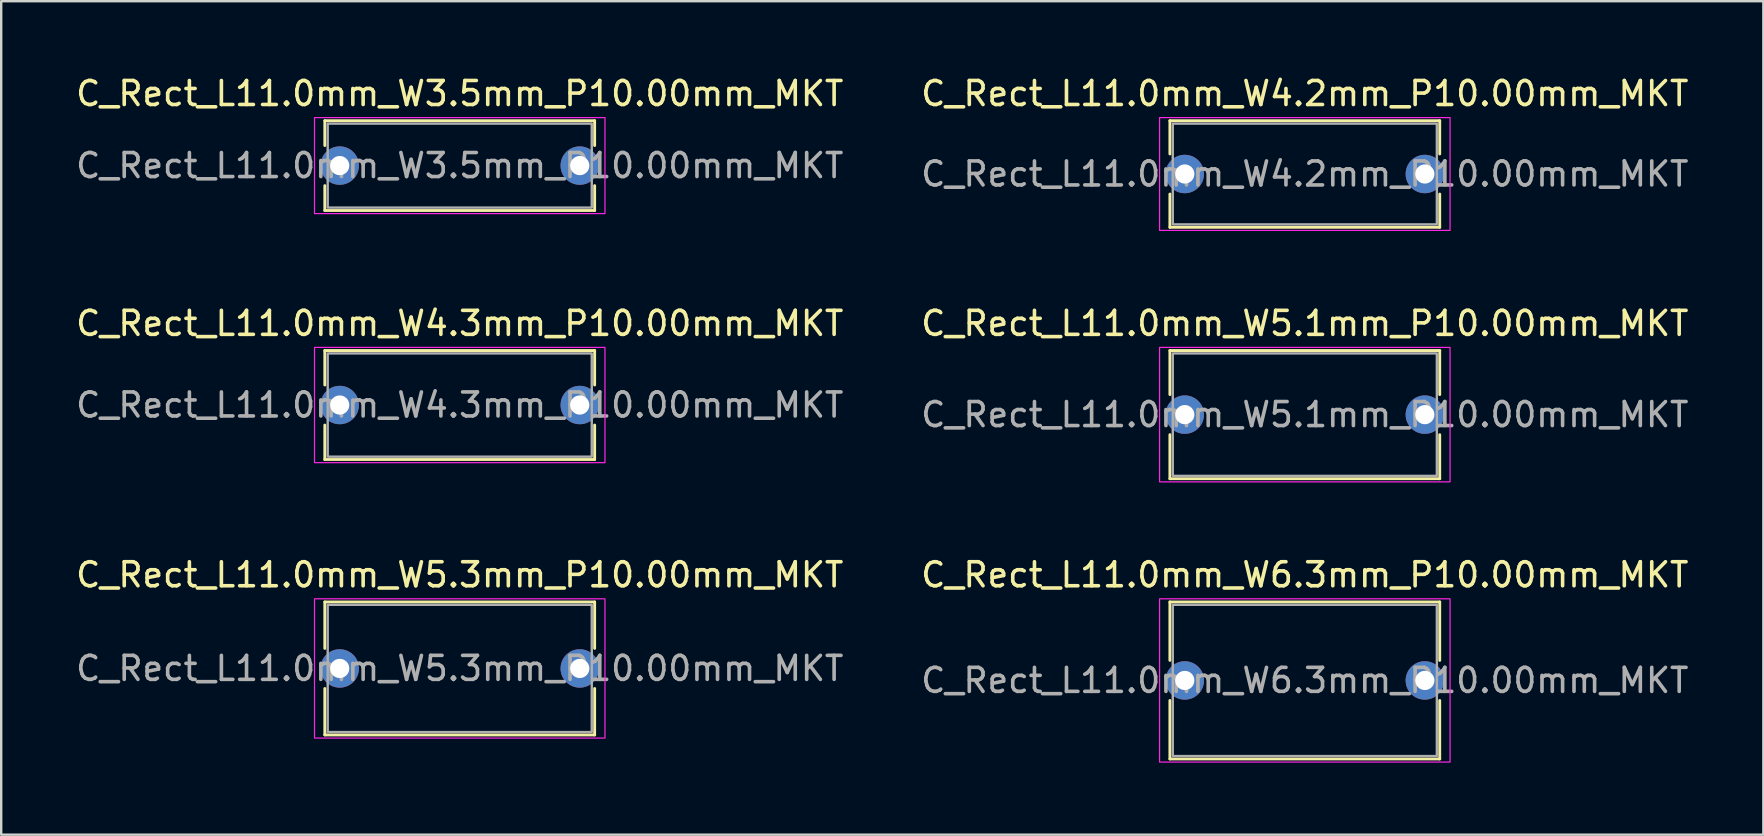
<source format=kicad_pcb>
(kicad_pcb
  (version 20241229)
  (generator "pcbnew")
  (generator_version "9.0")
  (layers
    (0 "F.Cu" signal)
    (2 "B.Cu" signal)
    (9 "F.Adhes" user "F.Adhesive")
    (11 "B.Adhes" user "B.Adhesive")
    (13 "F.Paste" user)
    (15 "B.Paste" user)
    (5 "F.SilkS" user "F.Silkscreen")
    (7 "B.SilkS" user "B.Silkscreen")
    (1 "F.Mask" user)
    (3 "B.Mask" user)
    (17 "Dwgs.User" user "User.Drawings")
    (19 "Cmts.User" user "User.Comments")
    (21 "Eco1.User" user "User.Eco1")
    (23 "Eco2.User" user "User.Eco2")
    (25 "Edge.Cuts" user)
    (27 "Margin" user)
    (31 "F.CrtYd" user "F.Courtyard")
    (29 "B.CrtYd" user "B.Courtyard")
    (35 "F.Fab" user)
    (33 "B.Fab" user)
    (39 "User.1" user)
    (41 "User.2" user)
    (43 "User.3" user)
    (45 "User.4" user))
  (footprint "C_Rect_L11.0mm_W5.1mm_P10.00mm_MKT"
    (layer "F.Cu")
    (at 46.304 14.222)
    (property "Reference" "C_Rect_L11.0mm_W5.1mm_P10.00mm_MKT" (at 5 -3.8 0) (layer "F.SilkS") (effects (font (size 1 1) (thickness 0.15))))
    (attr through_hole)
    (fp_line (start -0.62 -2.67) (end 10.62 -2.67) (stroke (width 0.12) (type solid)) (layer "F.SilkS"))
    (fp_line (start -0.62 -0.835) (end -0.62 -2.67) (stroke (width 0.12) (type solid)) (layer "F.SilkS"))
    (fp_line (start -0.62 2.67) (end -0.62 0.835) (stroke (width 0.12) (type solid)) (layer "F.SilkS"))
    (fp_line (start 10.62 -2.67) (end 10.62 -0.835) (stroke (width 0.12) (type solid)) (layer "F.SilkS"))
    (fp_line (start 10.62 0.835) (end 10.62 2.67) (stroke (width 0.12) (type solid)) (layer "F.SilkS"))
    (fp_line (start 10.62 2.67) (end -0.62 2.67) (stroke (width 0.12) (type solid)) (layer "F.SilkS"))
    (fp_rect (start -1.05 -2.8) (end 11.05 2.8) (stroke (width 0.05) (type solid)) (fill no) (layer "F.CrtYd"))
    (fp_rect (start -0.5 -2.55) (end 10.5 2.55) (stroke (width 0.1) (type solid)) (fill no) (layer "F.Fab"))
    (fp_text user "${REFERENCE}" (at 5 0 0) (layer "F.Fab") (effects (font (size 1 1) (thickness 0.15))))
    (pad "1" thru_hole circle (at 0 0) (size 1.6 1.6) (drill 0.8) (layers "*.Cu" "*.Mask"))
    (pad "2" thru_hole circle (at 10 0) (size 1.6 1.6) (drill 0.8) (layers "*.Cu" "*.Mask")))
  (footprint "C_Rect_L11.0mm_W6.3mm_P10.00mm_MKT"
    (layer "F.Cu")
    (at 46.304 25.295)
    (property "Reference" "C_Rect_L11.0mm_W6.3mm_P10.00mm_MKT" (at 5 -4.4 0) (layer "F.SilkS") (effects (font (size 1 1) (thickness 0.15))))
    (attr through_hole)
    (fp_line (start -0.62 -3.27) (end 10.62 -3.27) (stroke (width 0.12) (type solid)) (layer "F.SilkS"))
    (fp_line (start -0.62 -0.835) (end -0.62 -3.27) (stroke (width 0.12) (type solid)) (layer "F.SilkS"))
    (fp_line (start -0.62 3.27) (end -0.62 0.835) (stroke (width 0.12) (type solid)) (layer "F.SilkS"))
    (fp_line (start 10.62 -3.27) (end 10.62 -0.835) (stroke (width 0.12) (type solid)) (layer "F.SilkS"))
    (fp_line (start 10.62 0.835) (end 10.62 3.27) (stroke (width 0.12) (type solid)) (layer "F.SilkS"))
    (fp_line (start 10.62 3.27) (end -0.62 3.27) (stroke (width 0.12) (type solid)) (layer "F.SilkS"))
    (fp_rect (start -1.05 -3.4) (end 11.05 3.4) (stroke (width 0.05) (type solid)) (fill no) (layer "F.CrtYd"))
    (fp_rect (start -0.5 -3.15) (end 10.5 3.15) (stroke (width 0.1) (type solid)) (fill no) (layer "F.Fab"))
    (fp_text user "${REFERENCE}" (at 5 0 0) (layer "F.Fab") (effects (font (size 1 1) (thickness 0.15))))
    (pad "1" thru_hole circle (at 0 0) (size 1.6 1.6) (drill 0.8) (layers "*.Cu" "*.Mask"))
    (pad "2" thru_hole circle (at 10 0) (size 1.6 1.6) (drill 0.8) (layers "*.Cu" "*.Mask")))
  (footprint "C_Rect_L11.0mm_W4.2mm_P10.00mm_MKT"
    (layer "F.Cu")
    (at 46.304 4.198)
    (property "Reference" "C_Rect_L11.0mm_W4.2mm_P10.00mm_MKT" (at 5 -3.35 0) (layer "F.SilkS") (effects (font (size 1 1) (thickness 0.15))))
    (attr through_hole)
    (fp_line (start -0.62 -2.22) (end 10.62 -2.22) (stroke (width 0.12) (type solid)) (layer "F.SilkS"))
    (fp_line (start -0.62 -0.835) (end -0.62 -2.22) (stroke (width 0.12) (type solid)) (layer "F.SilkS"))
    (fp_line (start -0.62 2.22) (end -0.62 0.835) (stroke (width 0.12) (type solid)) (layer "F.SilkS"))
    (fp_line (start 10.62 -2.22) (end 10.62 -0.835) (stroke (width 0.12) (type solid)) (layer "F.SilkS"))
    (fp_line (start 10.62 0.835) (end 10.62 2.22) (stroke (width 0.12) (type solid)) (layer "F.SilkS"))
    (fp_line (start 10.62 2.22) (end -0.62 2.22) (stroke (width 0.12) (type solid)) (layer "F.SilkS"))
    (fp_rect (start -1.05 -2.35) (end 11.05 2.35) (stroke (width 0.05) (type solid)) (fill no) (layer "F.CrtYd"))
    (fp_rect (start -0.5 -2.1) (end 10.5 2.1) (stroke (width 0.1) (type solid)) (fill no) (layer "F.Fab"))
    (fp_text user "${REFERENCE}" (at 5 0 0) (layer "F.Fab") (effects (font (size 1 1) (thickness 0.15))))
    (pad "1" thru_hole circle (at 0 0) (size 1.6 1.6) (drill 0.8) (layers "*.Cu" "*.Mask"))
    (pad "2" thru_hole circle (at 10 0) (size 1.6 1.6) (drill 0.8) (layers "*.Cu" "*.Mask")))
  (footprint "C_Rect_L11.0mm_W4.3mm_P10.00mm_MKT"
    (layer "F.Cu")
    (at 11.101 13.822)
    (property "Reference" "C_Rect_L11.0mm_W4.3mm_P10.00mm_MKT" (at 5 -3.4 0) (layer "F.SilkS") (effects (font (size 1 1) (thickness 0.15))))
    (attr through_hole)
    (fp_line (start -0.62 -2.27) (end 10.62 -2.27) (stroke (width 0.12) (type solid)) (layer "F.SilkS"))
    (fp_line (start -0.62 -0.835) (end -0.62 -2.27) (stroke (width 0.12) (type solid)) (layer "F.SilkS"))
    (fp_line (start -0.62 2.27) (end -0.62 0.835) (stroke (width 0.12) (type solid)) (layer "F.SilkS"))
    (fp_line (start 10.62 -2.27) (end 10.62 -0.835) (stroke (width 0.12) (type solid)) (layer "F.SilkS"))
    (fp_line (start 10.62 0.835) (end 10.62 2.27) (stroke (width 0.12) (type solid)) (layer "F.SilkS"))
    (fp_line (start 10.62 2.27) (end -0.62 2.27) (stroke (width 0.12) (type solid)) (layer "F.SilkS"))
    (fp_rect (start -1.05 -2.4) (end 11.05 2.4) (stroke (width 0.05) (type solid)) (fill no) (layer "F.CrtYd"))
    (fp_rect (start -0.5 -2.15) (end 10.5 2.15) (stroke (width 0.1) (type solid)) (fill no) (layer "F.Fab"))
    (fp_text user "${REFERENCE}" (at 5 0 0) (layer "F.Fab") (effects (font (size 1 1) (thickness 0.15))))
    (pad "1" thru_hole circle (at 0 0) (size 1.6 1.6) (drill 0.8) (layers "*.Cu" "*.Mask"))
    (pad "2" thru_hole circle (at 10 0) (size 1.6 1.6) (drill 0.8) (layers "*.Cu" "*.Mask")))
  (footprint "C_Rect_L11.0mm_W5.3mm_P10.00mm_MKT"
    (layer "F.Cu")
    (at 11.101 24.795)
    (property "Reference" "C_Rect_L11.0mm_W5.3mm_P10.00mm_MKT" (at 5 -3.9 0) (layer "F.SilkS") (effects (font (size 1 1) (thickness 0.15))))
    (attr through_hole)
    (fp_line (start -0.62 -2.77) (end 10.62 -2.77) (stroke (width 0.12) (type solid)) (layer "F.SilkS"))
    (fp_line (start -0.62 -0.835) (end -0.62 -2.77) (stroke (width 0.12) (type solid)) (layer "F.SilkS"))
    (fp_line (start -0.62 2.77) (end -0.62 0.835) (stroke (width 0.12) (type solid)) (layer "F.SilkS"))
    (fp_line (start 10.62 -2.77) (end 10.62 -0.835) (stroke (width 0.12) (type solid)) (layer "F.SilkS"))
    (fp_line (start 10.62 0.835) (end 10.62 2.77) (stroke (width 0.12) (type solid)) (layer "F.SilkS"))
    (fp_line (start 10.62 2.77) (end -0.62 2.77) (stroke (width 0.12) (type solid)) (layer "F.SilkS"))
    (fp_rect (start -1.05 -2.9) (end 11.05 2.9) (stroke (width 0.05) (type solid)) (fill no) (layer "F.CrtYd"))
    (fp_rect (start -0.5 -2.65) (end 10.5 2.65) (stroke (width 0.1) (type solid)) (fill no) (layer "F.Fab"))
    (fp_text user "${REFERENCE}" (at 5 0 0) (layer "F.Fab") (effects (font (size 1 1) (thickness 0.15))))
    (pad "1" thru_hole circle (at 0 0) (size 1.6 1.6) (drill 0.8) (layers "*.Cu" "*.Mask"))
    (pad "2" thru_hole circle (at 10 0) (size 1.6 1.6) (drill 0.8) (layers "*.Cu" "*.Mask")))
  (footprint "C_Rect_L11.0mm_W3.5mm_P10.00mm_MKT"
    (layer "F.Cu")
    (at 11.101 3.848)
    (property "Reference" "C_Rect_L11.0mm_W3.5mm_P10.00mm_MKT" (at 5 -3 0) (layer "F.SilkS") (effects (font (size 1 1) (thickness 0.15))))
    (attr through_hole)
    (fp_line (start -0.62 -1.87) (end 10.62 -1.87) (stroke (width 0.12) (type solid)) (layer "F.SilkS"))
    (fp_line (start -0.62 -0.835) (end -0.62 -1.87) (stroke (width 0.12) (type solid)) (layer "F.SilkS"))
    (fp_line (start -0.62 1.87) (end -0.62 0.835) (stroke (width 0.12) (type solid)) (layer "F.SilkS"))
    (fp_line (start 10.62 -1.87) (end 10.62 -0.835) (stroke (width 0.12) (type solid)) (layer "F.SilkS"))
    (fp_line (start 10.62 0.835) (end 10.62 1.87) (stroke (width 0.12) (type solid)) (layer "F.SilkS"))
    (fp_line (start 10.62 1.87) (end -0.62 1.87) (stroke (width 0.12) (type solid)) (layer "F.SilkS"))
    (fp_rect (start -1.05 -2) (end 11.05 2) (stroke (width 0.05) (type solid)) (fill no) (layer "F.CrtYd"))
    (fp_rect (start -0.5 -1.75) (end 10.5 1.75) (stroke (width 0.1) (type solid)) (fill no) (layer "F.Fab"))
    (fp_text user "${REFERENCE}" (at 5 0 0) (layer "F.Fab") (effects (font (size 1 1) (thickness 0.15))))
    (pad "1" thru_hole circle (at 0 0) (size 1.6 1.6) (drill 0.8) (layers "*.Cu" "*.Mask"))
    (pad "2" thru_hole circle (at 10 0) (size 1.6 1.6) (drill 0.8) (layers "*.Cu" "*.Mask")))
  (gr_rect
    (start -3 -3)
    (end 70.405 31.72)
    (stroke (width 0.1) (type default))
    (fill no)
    (layer "Edge.Cuts")))
</source>
